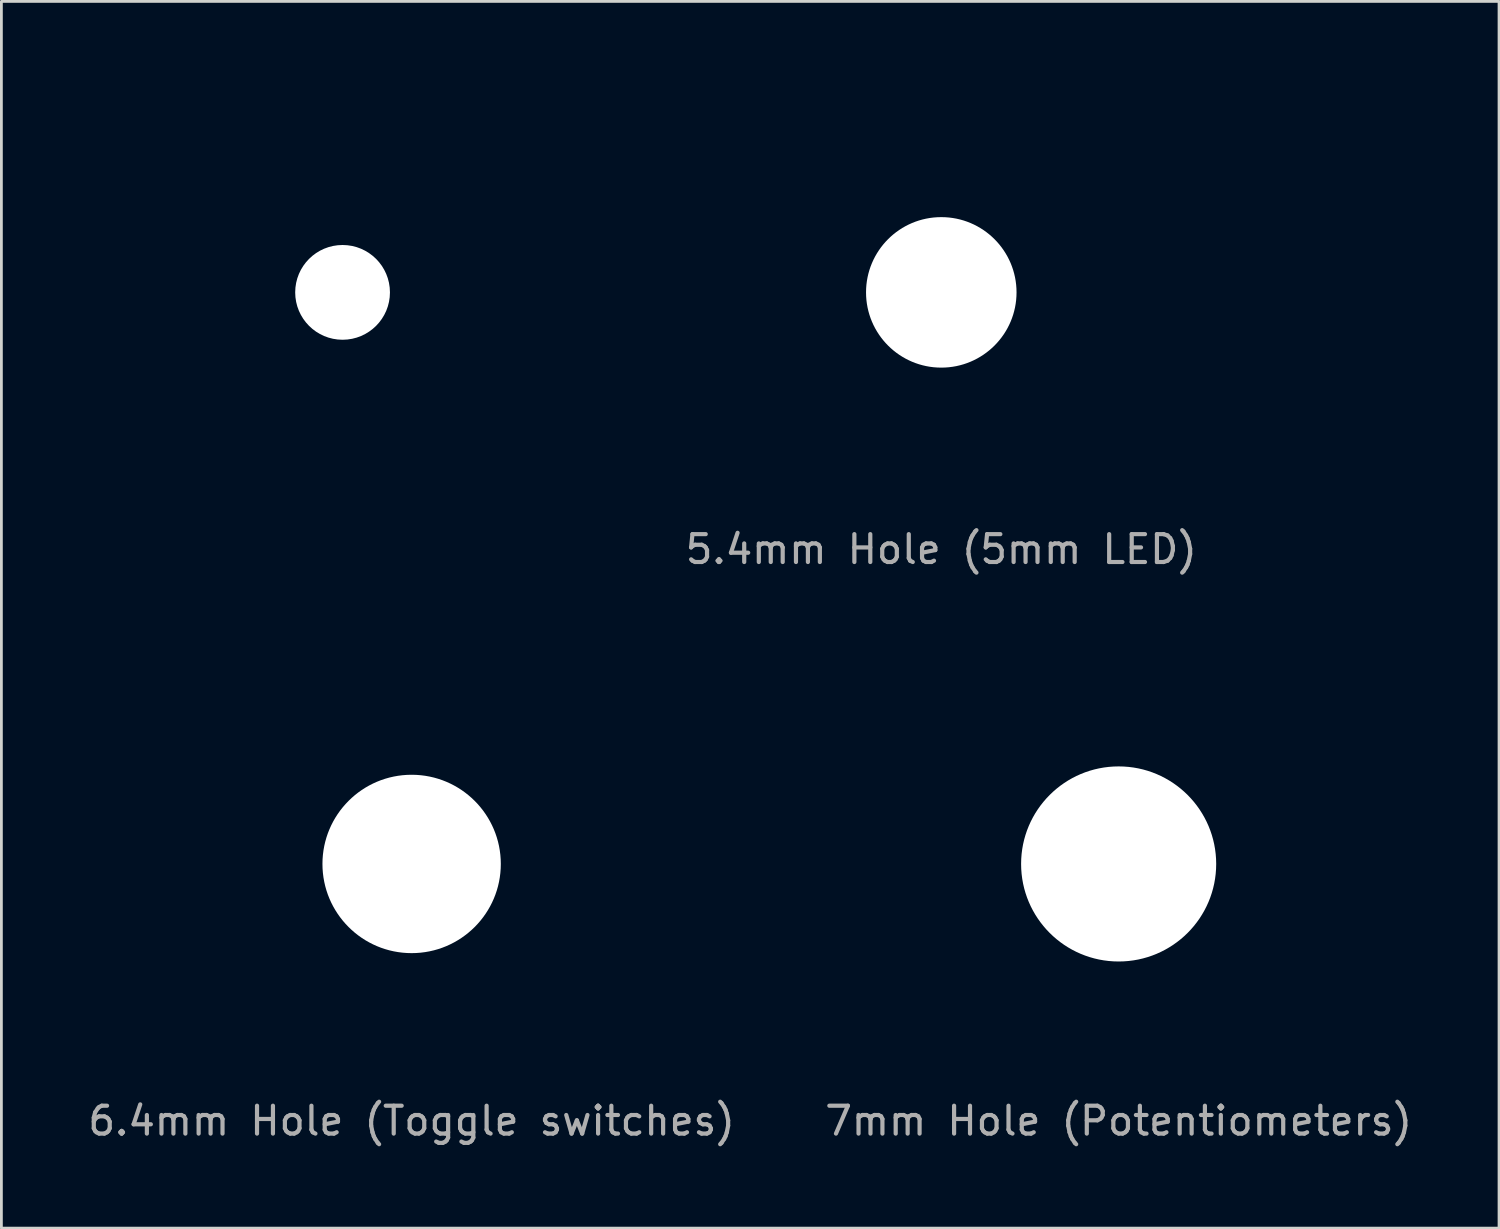
<source format=kicad_pcb>
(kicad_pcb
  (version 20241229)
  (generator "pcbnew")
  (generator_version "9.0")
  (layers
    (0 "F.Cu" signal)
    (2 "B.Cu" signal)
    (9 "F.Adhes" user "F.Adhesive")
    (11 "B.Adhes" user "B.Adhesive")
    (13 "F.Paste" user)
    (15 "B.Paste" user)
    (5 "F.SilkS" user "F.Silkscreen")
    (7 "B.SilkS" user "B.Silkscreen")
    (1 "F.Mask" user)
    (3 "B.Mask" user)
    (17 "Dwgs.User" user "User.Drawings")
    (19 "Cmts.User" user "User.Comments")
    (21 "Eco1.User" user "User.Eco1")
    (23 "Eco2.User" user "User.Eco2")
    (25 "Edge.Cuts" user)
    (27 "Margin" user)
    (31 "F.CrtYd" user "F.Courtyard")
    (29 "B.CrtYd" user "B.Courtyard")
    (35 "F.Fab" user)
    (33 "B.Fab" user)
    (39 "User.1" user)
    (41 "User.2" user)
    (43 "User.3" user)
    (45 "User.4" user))
  (footprint "6.4mm Hole (Toggle switches)"
    (layer "F.Cu")
    (at 11.72 27.95)
    (property "Reference" "6.4mm Hole (Toggle switches)" (at -0.025 -6.68 0) (unlocked yes) (layer "User.1") (effects (font (size 1 1) (thickness 0.1))))
    (attr through_hole)
    (fp_text user "${REFERENCE}" (at 0 9.22 0) (unlocked yes) (layer "F.Fab") (effects (font (size 1 1) (thickness 0.15))))
    (pad "" np_thru_hole circle (at 0 0) (size 6.4 6.4) (drill 6.4) (layers "*.Cu" "*.Mask")))
  (footprint "3.4mm Hole (3mm LED)"
    (layer "F.Cu")
    (at 9.242 7.441)
    (property "Reference" "3.4mm Hole (3mm LED)" (at -0.025 -6.68 0) (unlocked yes) (layer "User.1") (effects (font (size 1 1) (thickness 0.1))))
    (attr through_hole)
    (pad "" np_thru_hole circle (at 0 0) (size 3.4 3.4) (drill 3.4) (layers "*.Cu" "*.Mask")))
  (footprint "5.4mm Hole (5mm LED)"
    (layer "F.Cu")
    (at 30.725 7.441)
    (property "Reference" "5.4mm Hole (5mm LED)" (at -0.025 -6.68 0) (unlocked yes) (layer "User.1") (effects (font (size 1 1) (thickness 0.1))))
    (attr through_hole)
    (fp_text user "${REFERENCE}" (at 0 9.22 0) (unlocked yes) (layer "F.Fab") (effects (font (size 1 1) (thickness 0.15))))
    (pad "" np_thru_hole circle (at 0 0) (size 5.4 5.4) (drill 5.4) (layers "*.Cu" "*.Mask")))
  (footprint "7mm Hole (Potentiometers)"
    (layer "F.Cu")
    (at 37.089 27.95)
    (property "Reference" "7mm Hole (Potentiometers)" (at -0.025 -6.68 0) (unlocked yes) (layer "User.1") (effects (font (size 1 1) (thickness 0.1))))
    (attr through_hole)
    (fp_text user "${REFERENCE}" (at 0 9.22 0) (unlocked yes) (layer "F.Fab") (effects (font (size 1 1) (thickness 0.15))))
    (pad "" np_thru_hole circle (at 0 0) (size 7 7) (drill 7) (layers "*.Cu" "*.Mask")))
  (gr_rect
    (start -3 -3)
    (end 50.738 41.018)
    (stroke (width 0.1) (type default))
    (fill no)
    (layer "Edge.Cuts")))
</source>
